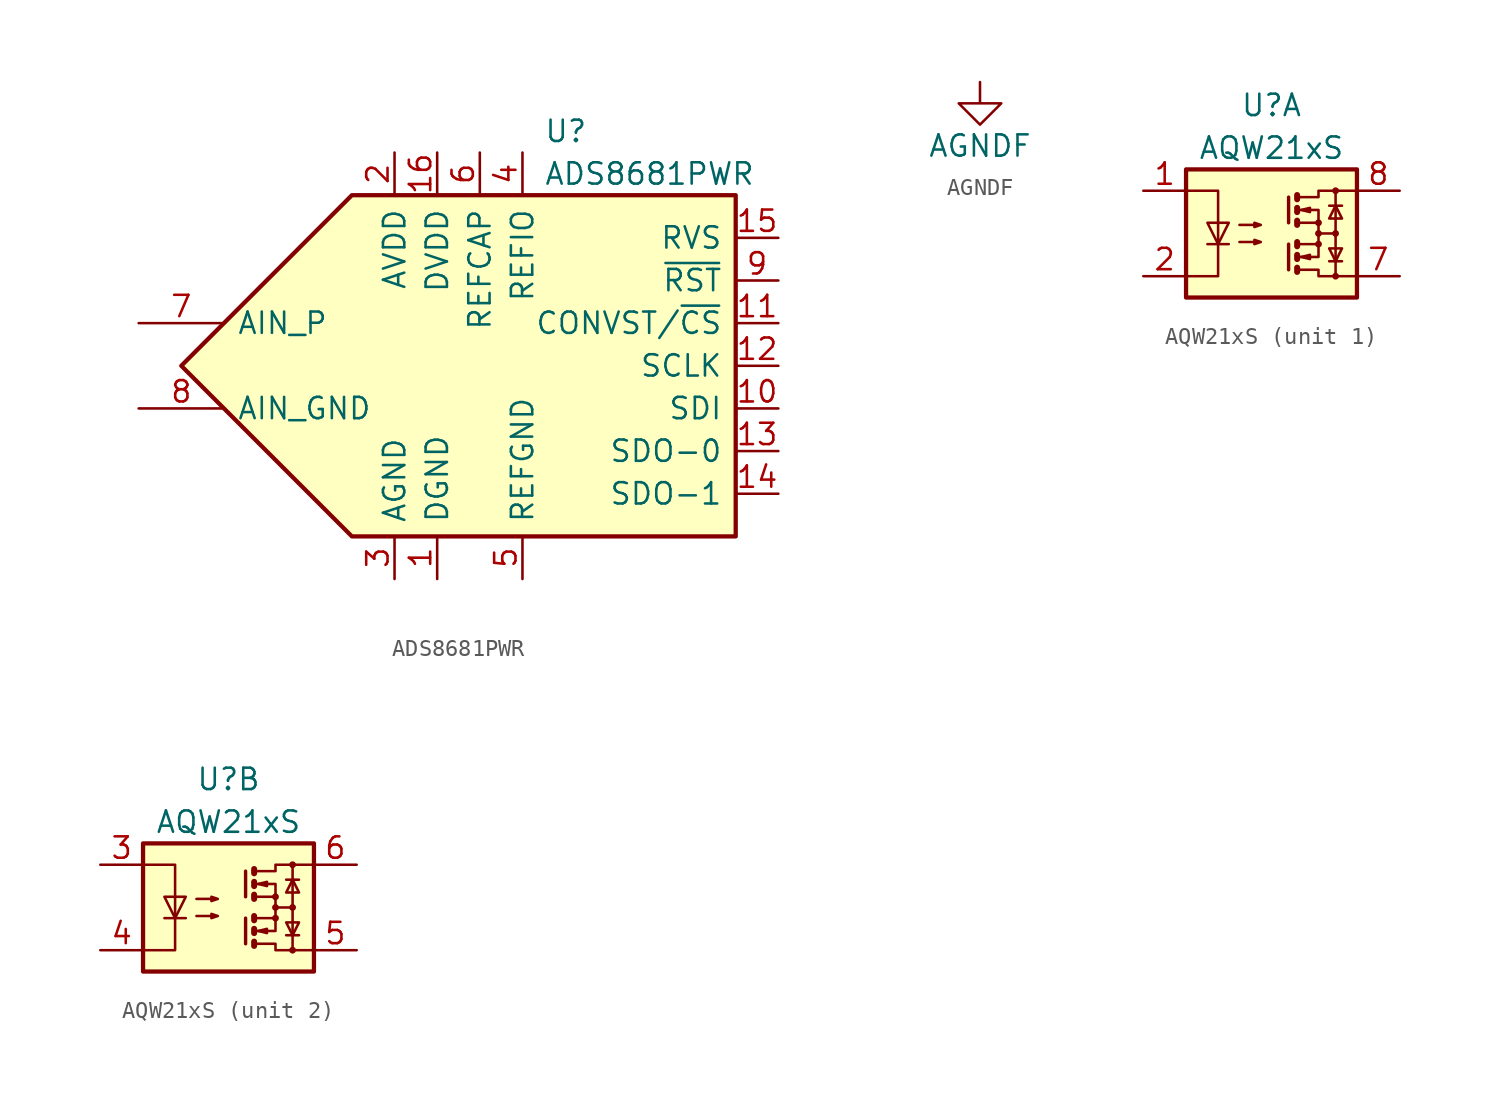
<source format=kicad_sym>
(kicad_symbol_lib
  (version 20220914)
  (generator kicad_symbol_editor)
  (symbol "ADS8681PWR"
    (pin_names
      (offset 0.762))
    (property "Reference" "U"
      (at 6.35 13.97 0)
      (effects (font (size 1.27 1.27)) (justify left)))
    (property "Value" "ADS8681PWR"
      (at 6.35 11.43 0)
      (effects (font (size 1.27 1.27)) (justify left)))
    (symbol "ADS8681PWR_0_1"
      (polyline (pts (xy -5.08 10.16) (xy 17.78 10.16) (xy 17.78 -10.16) (xy -5.08 -10.16) (xy -15.24 0) (xy -5.08 10.16)) (stroke (width 0.254) (type default)) (fill (type background))))
    (symbol "ADS8681PWR_1_1"
      (pin power_in line (at 0 -12.7 90) (length 2.54) (name "DGND" (effects (font (size 1.27 1.27)))) (number "1" (effects (font (size 1.27 1.27)))))
      (pin input line (at 20.32 -2.54 180) (length 2.54) (name "SDI" (effects (font (size 1.27 1.27)))) (number "10" (effects (font (size 1.27 1.27)))))
      (pin input line (at 20.32 2.54 180) (length 2.54) (name "CONVST/~{CS}" (effects (font (size 1.27 1.27)))) (number "11" (effects (font (size 1.27 1.27)))))
      (pin input line (at 20.32 0 180) (length 2.54) (name "SCLK" (effects (font (size 1.27 1.27)))) (number "12" (effects (font (size 1.27 1.27)))))
      (pin tri_state line (at 20.32 -5.08 180) (length 2.54) (name "SDO-0" (effects (font (size 1.27 1.27)))) (number "13" (effects (font (size 1.27 1.27)))))
      (pin tri_state line (at 20.32 -7.62 180) (length 2.54) (name "SDO-1" (effects (font (size 1.27 1.27)))) (number "14" (effects (font (size 1.27 1.27)))))
      (pin output line (at 20.32 7.62 180) (length 2.54) (name "RVS" (effects (font (size 1.27 1.27)))) (number "15" (effects (font (size 1.27 1.27)))))
      (pin power_in line (at 0 12.7 270) (length 2.54) (name "DVDD" (effects (font (size 1.27 1.27)))) (number "16" (effects (font (size 1.27 1.27)))))
      (pin power_in line (at -2.54 12.7 270) (length 2.54) (name "AVDD" (effects (font (size 1.27 1.27)))) (number "2" (effects (font (size 1.27 1.27)))))
      (pin power_in line (at -2.54 -12.7 90) (length 2.54) (name "AGND" (effects (font (size 1.27 1.27)))) (number "3" (effects (font (size 1.27 1.27)))))
      (pin passive line (at 5.08 12.7 270) (length 2.54) (name "REFIO" (effects (font (size 1.27 1.27)))) (number "4" (effects (font (size 1.27 1.27)))))
      (pin power_in line (at 5.08 -12.7 90) (length 2.54) (name "REFGND" (effects (font (size 1.27 1.27)))) (number "5" (effects (font (size 1.27 1.27)))))
      (pin power_in line (at 2.54 12.7 270) (length 2.54) (name "REFCAP" (effects (font (size 1.27 1.27)))) (number "6" (effects (font (size 1.27 1.27)))))
      (pin input line (at -17.78 2.54 0) (length 5.08) (name "AIN_P" (effects (font (size 1.27 1.27)))) (number "7" (effects (font (size 1.27 1.27)))))
      (pin input line (at -17.78 -2.54 0) (length 5.08) (name "AIN_GND" (effects (font (size 1.27 1.27)))) (number "8" (effects (font (size 1.27 1.27)))))
      (pin input line (at 20.32 5.08 180) (length 2.54) (name "~{RST}" (effects (font (size 1.27 1.27)))) (number "9" (effects (font (size 1.27 1.27)))))))
  (symbol "AGNDF"
    (power)
    (pin_names
      (offset 0))
    (property "Reference" "#PWR"
      (at 0 -6.35 0)
      (effects (font (size 1.27 1.27)) hide))
    (property "Value" "AGNDF"
      (at 0 -3.81 0)
      (effects (font (size 1.27 1.27))))
    (symbol "AGNDF_0_1"
      (polyline (pts (xy 0 0) (xy 0 -1.27) (xy 1.27 -1.27) (xy 0 -2.54) (xy -1.27 -1.27) (xy 0 -1.27)) (stroke (width 0) (type default)) (fill (type none))))
    (symbol "AGNDF_1_1"
      (pin power_in line (at 0 0 270) (length 0) hide (name "AGNDF" (effects (font (size 1.27 1.27)))) (number "1" (effects (font (size 1.27 1.27)))))))
  (symbol "AQW21xS"
    (pin_names
      (offset 1.016))
    (property "Reference" "U"
      (at 0 7.62 0)
      (effects (font (size 1.27 1.27))))
    (property "Value" "AQW21xS"
      (at 0 5.08 0)
      (effects (font (size 1.27 1.27))))
    (symbol "AQW21xS_1_1"
      (rectangle (start -5.08 3.81) (end 5.08 -3.81) (stroke (width 0.254) (type default)) (fill (type background)))
      (polyline (pts (xy -3.81 -0.635) (xy -2.54 -0.635)) (stroke (width 0) (type default)) (fill (type none)))
      (polyline (pts (xy 1.016 -0.635) (xy 1.016 -2.159)) (stroke (width 0.203) (type default)) (fill (type none)))
      (polyline (pts (xy 1.016 2.159) (xy 1.016 0.635)) (stroke (width 0.203) (type default)) (fill (type none)))
      (polyline (pts (xy 1.524 -0.508) (xy 1.524 -0.762)) (stroke (width 0.356) (type default)) (fill (type none)))
      (polyline (pts (xy 2.794 0) (xy 3.81 0)) (stroke (width 0) (type default)) (fill (type none)))
      (polyline (pts (xy 3.429 -1.651) (xy 4.191 -1.651)) (stroke (width 0) (type default)) (fill (type none)))
      (polyline (pts (xy 3.429 1.651) (xy 4.191 1.651)) (stroke (width 0) (type default)) (fill (type none)))
      (polyline (pts (xy 3.81 -2.54) (xy 3.81 2.54)) (stroke (width 0) (type default)) (fill (type none)))
      (polyline (pts (xy 1.524 -2.032) (xy 1.524 -2.286) (xy 1.524 -2.286)) (stroke (width 0.356) (type default)) (fill (type none)))
      (polyline (pts (xy 1.524 -1.27) (xy 1.524 -1.524) (xy 1.524 -1.524)) (stroke (width 0.356) (type default)) (fill (type none)))
      (polyline (pts (xy 1.524 0.762) (xy 1.524 0.508) (xy 1.524 0.508)) (stroke (width 0.356) (type default)) (fill (type none)))
      (polyline (pts (xy 1.524 1.524) (xy 1.524 1.27) (xy 1.524 1.27)) (stroke (width 0.356) (type default)) (fill (type none)))
      (polyline (pts (xy 1.524 2.286) (xy 1.524 2.032) (xy 1.524 2.032)) (stroke (width 0.356) (type default)) (fill (type none)))
      (polyline (pts (xy 1.651 -1.397) (xy 2.794 -1.397) (xy 2.794 -0.635)) (stroke (width 0) (type default)) (fill (type none)))
      (polyline (pts (xy 1.651 1.397) (xy 2.794 1.397) (xy 2.794 0.635)) (stroke (width 0) (type default)) (fill (type none)))
      (polyline (pts (xy -5.08 2.54) (xy -3.175 2.54) (xy -3.175 -2.54) (xy -5.08 -2.54)) (stroke (width 0) (type default)) (fill (type none)))
      (polyline (pts (xy -3.175 -0.635) (xy -3.81 0.635) (xy -2.54 0.635) (xy -3.175 -0.635)) (stroke (width 0) (type default)) (fill (type none)))
      (polyline (pts (xy 1.651 -2.159) (xy 2.794 -2.159) (xy 2.794 -2.54) (xy 5.08 -2.54)) (stroke (width 0) (type default)) (fill (type none)))
      (polyline (pts (xy 1.651 -0.635) (xy 2.794 -0.635) (xy 2.794 0.635) (xy 1.651 0.635)) (stroke (width 0) (type default)) (fill (type none)))
      (polyline (pts (xy 1.651 2.159) (xy 2.794 2.159) (xy 2.794 2.54) (xy 5.08 2.54)) (stroke (width 0) (type default)) (fill (type none)))
      (polyline (pts (xy 1.778 -1.397) (xy 2.286 -1.27) (xy 2.286 -1.524) (xy 1.778 -1.397)) (stroke (width 0) (type default)) (fill (type none)))
      (polyline (pts (xy 1.778 1.397) (xy 2.286 1.524) (xy 2.286 1.27) (xy 1.778 1.397)) (stroke (width 0) (type default)) (fill (type none)))
      (polyline (pts (xy 3.81 -1.651) (xy 3.429 -0.889) (xy 4.191 -0.889) (xy 3.81 -1.651)) (stroke (width 0) (type default)) (fill (type none)))
      (polyline (pts (xy 3.81 1.651) (xy 3.429 0.889) (xy 4.191 0.889) (xy 3.81 1.651)) (stroke (width 0) (type default)) (fill (type none)))
      (polyline (pts (xy -1.905 -0.508) (xy -0.635 -0.508) (xy -1.016 -0.635) (xy -1.016 -0.381) (xy -0.635 -0.508)) (stroke (width 0) (type default)) (fill (type none)))
      (polyline (pts (xy -1.905 0.508) (xy -0.635 0.508) (xy -1.016 0.381) (xy -1.016 0.635) (xy -0.635 0.508)) (stroke (width 0) (type default)) (fill (type none)))
      (circle (center 2.794 -0.635) (radius 0.127) (stroke (width 0) (type default)) (fill (type none)))
      (circle (center 2.794 0) (radius 0.127) (stroke (width 0) (type default)) (fill (type none)))
      (circle (center 2.794 0.635) (radius 0.127) (stroke (width 0) (type default)) (fill (type none)))
      (circle (center 3.81 -2.54) (radius 0.127) (stroke (width 0) (type default)) (fill (type none)))
      (circle (center 3.81 0) (radius 0.127) (stroke (width 0) (type default)) (fill (type none)))
      (circle (center 3.81 2.54) (radius 0.127) (stroke (width 0) (type default)) (fill (type none)))
      (pin passive line (at -7.62 2.54 0) (length 2.54) (name "~" (effects (font (size 1.27 1.27)))) (number "1" (effects (font (size 1.27 1.27)))))
      (pin passive line (at -7.62 -2.54 0) (length 2.54) (name "~" (effects (font (size 1.27 1.27)))) (number "2" (effects (font (size 1.27 1.27)))))
      (pin passive line (at 7.62 -2.54 180) (length 2.54) (name "~" (effects (font (size 1.27 1.27)))) (number "7" (effects (font (size 1.27 1.27)))))
      (pin passive line (at 7.62 2.54 180) (length 2.54) (name "~" (effects (font (size 1.27 1.27)))) (number "8" (effects (font (size 1.27 1.27))))))
    (symbol "AQW21xS_2_1"
      (rectangle (start -5.08 3.81) (end 5.08 -3.81) (stroke (width 0.254) (type default)) (fill (type background)))
      (polyline (pts (xy -3.81 -0.635) (xy -2.54 -0.635)) (stroke (width 0) (type default)) (fill (type none)))
      (polyline (pts (xy 1.016 -0.635) (xy 1.016 -2.159)) (stroke (width 0.203) (type default)) (fill (type none)))
      (polyline (pts (xy 1.016 2.159) (xy 1.016 0.635)) (stroke (width 0.203) (type default)) (fill (type none)))
      (polyline (pts (xy 1.524 -0.508) (xy 1.524 -0.762)) (stroke (width 0.356) (type default)) (fill (type none)))
      (polyline (pts (xy 2.794 0) (xy 3.81 0)) (stroke (width 0) (type default)) (fill (type none)))
      (polyline (pts (xy 3.429 -1.651) (xy 4.191 -1.651)) (stroke (width 0) (type default)) (fill (type none)))
      (polyline (pts (xy 3.429 1.651) (xy 4.191 1.651)) (stroke (width 0) (type default)) (fill (type none)))
      (polyline (pts (xy 3.81 -2.54) (xy 3.81 2.54)) (stroke (width 0) (type default)) (fill (type none)))
      (polyline (pts (xy 1.524 -2.032) (xy 1.524 -2.286) (xy 1.524 -2.286)) (stroke (width 0.356) (type default)) (fill (type none)))
      (polyline (pts (xy 1.524 -1.27) (xy 1.524 -1.524) (xy 1.524 -1.524)) (stroke (width 0.356) (type default)) (fill (type none)))
      (polyline (pts (xy 1.524 0.762) (xy 1.524 0.508) (xy 1.524 0.508)) (stroke (width 0.356) (type default)) (fill (type none)))
      (polyline (pts (xy 1.524 1.524) (xy 1.524 1.27) (xy 1.524 1.27)) (stroke (width 0.356) (type default)) (fill (type none)))
      (polyline (pts (xy 1.524 2.286) (xy 1.524 2.032) (xy 1.524 2.032)) (stroke (width 0.356) (type default)) (fill (type none)))
      (polyline (pts (xy 1.651 -1.397) (xy 2.794 -1.397) (xy 2.794 -0.635)) (stroke (width 0) (type default)) (fill (type none)))
      (polyline (pts (xy 1.651 1.397) (xy 2.794 1.397) (xy 2.794 0.635)) (stroke (width 0) (type default)) (fill (type none)))
      (polyline (pts (xy -5.08 2.54) (xy -3.175 2.54) (xy -3.175 -2.54) (xy -5.08 -2.54)) (stroke (width 0) (type default)) (fill (type none)))
      (polyline (pts (xy -3.175 -0.635) (xy -3.81 0.635) (xy -2.54 0.635) (xy -3.175 -0.635)) (stroke (width 0) (type default)) (fill (type none)))
      (polyline (pts (xy 1.651 -2.159) (xy 2.794 -2.159) (xy 2.794 -2.54) (xy 5.08 -2.54)) (stroke (width 0) (type default)) (fill (type none)))
      (polyline (pts (xy 1.651 -0.635) (xy 2.794 -0.635) (xy 2.794 0.635) (xy 1.651 0.635)) (stroke (width 0) (type default)) (fill (type none)))
      (polyline (pts (xy 1.651 2.159) (xy 2.794 2.159) (xy 2.794 2.54) (xy 5.08 2.54)) (stroke (width 0) (type default)) (fill (type none)))
      (polyline (pts (xy 1.778 -1.397) (xy 2.286 -1.27) (xy 2.286 -1.524) (xy 1.778 -1.397)) (stroke (width 0) (type default)) (fill (type none)))
      (polyline (pts (xy 1.778 1.397) (xy 2.286 1.524) (xy 2.286 1.27) (xy 1.778 1.397)) (stroke (width 0) (type default)) (fill (type none)))
      (polyline (pts (xy 3.81 -1.651) (xy 3.429 -0.889) (xy 4.191 -0.889) (xy 3.81 -1.651)) (stroke (width 0) (type default)) (fill (type none)))
      (polyline (pts (xy 3.81 1.651) (xy 3.429 0.889) (xy 4.191 0.889) (xy 3.81 1.651)) (stroke (width 0) (type default)) (fill (type none)))
      (polyline (pts (xy -1.905 -0.508) (xy -0.635 -0.508) (xy -1.016 -0.635) (xy -1.016 -0.381) (xy -0.635 -0.508)) (stroke (width 0) (type default)) (fill (type none)))
      (polyline (pts (xy -1.905 0.508) (xy -0.635 0.508) (xy -1.016 0.381) (xy -1.016 0.635) (xy -0.635 0.508)) (stroke (width 0) (type default)) (fill (type none)))
      (circle (center 2.794 -0.635) (radius 0.127) (stroke (width 0) (type default)) (fill (type none)))
      (circle (center 2.794 0) (radius 0.127) (stroke (width 0) (type default)) (fill (type none)))
      (circle (center 2.794 0.635) (radius 0.127) (stroke (width 0) (type default)) (fill (type none)))
      (circle (center 3.81 -2.54) (radius 0.127) (stroke (width 0) (type default)) (fill (type none)))
      (circle (center 3.81 0) (radius 0.127) (stroke (width 0) (type default)) (fill (type none)))
      (circle (center 3.81 2.54) (radius 0.127) (stroke (width 0) (type default)) (fill (type none)))
      (pin passive line (at -7.62 2.54 0) (length 2.54) (name "~" (effects (font (size 1.27 1.27)))) (number "3" (effects (font (size 1.27 1.27)))))
      (pin passive line (at -7.62 -2.54 0) (length 2.54) (name "~" (effects (font (size 1.27 1.27)))) (number "4" (effects (font (size 1.27 1.27)))))
      (pin passive line (at 7.62 -2.54 180) (length 2.54) (name "~" (effects (font (size 1.27 1.27)))) (number "5" (effects (font (size 1.27 1.27)))))
      (pin passive line (at 7.62 2.54 180) (length 2.54) (name "~" (effects (font (size 1.27 1.27)))) (number "6" (effects (font (size 1.27 1.27))))))))
</source>
